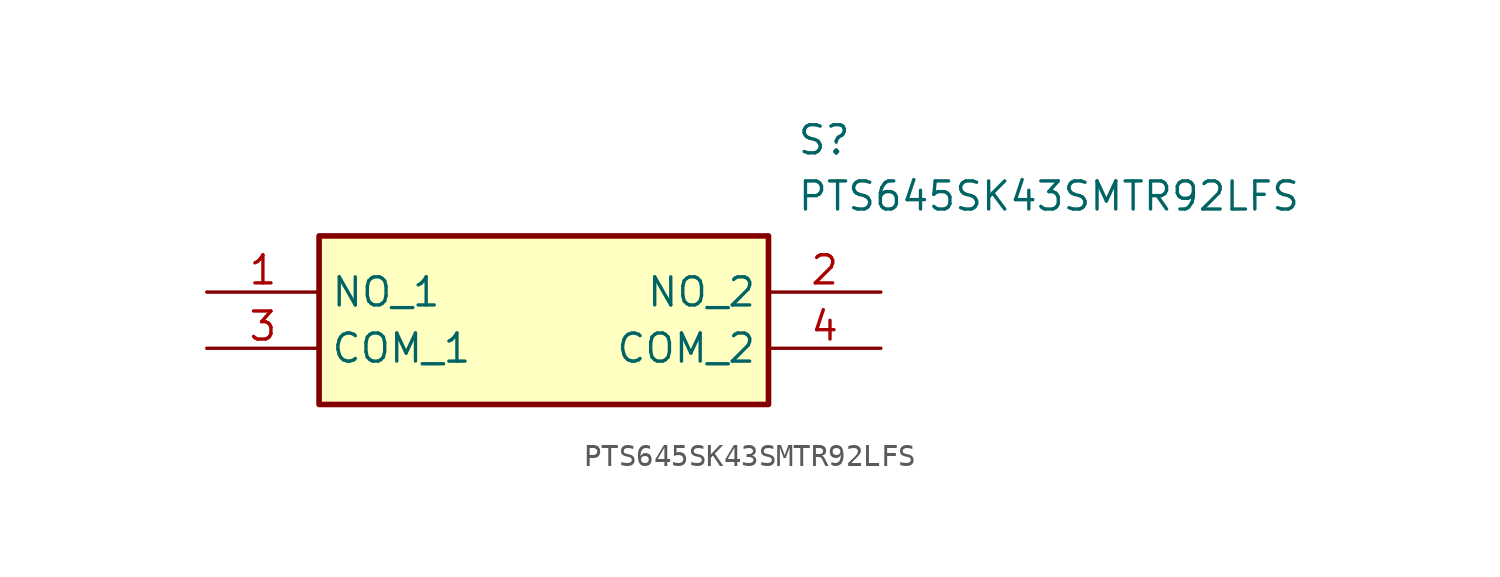
<source format=kicad_sym>
(kicad_symbol_lib
  (version 20231120)
  (generator "kicad_symbol_editor")
  (generator_version "8.0")
  (symbol "PTS645SK43SMTR92LFS"
    (property "Reference" "S"
      (at 26.67 7.62 0)
      (effects (font (size 1.27 1.27)) (justify left top)))
    (property "Value" "PTS645SK43SMTR92LFS"
      (at 26.67 5.08 0)
      (effects (font (size 1.27 1.27)) (justify left top)))
    (symbol "PTS645SK43SMTR92LFS_1_1"
      (rectangle (start 5.08 2.54) (end 25.4 -5.08) (stroke (width 0.254) (type default)) (fill (type background)))
      (pin passive line (at 0 0 0) (length 5.08) (name "NO_1" (effects (font (size 1.27 1.27)))) (number "1" (effects (font (size 1.27 1.27)))))
      (pin passive line (at 30.48 0 180) (length 5.08) (name "NO_2" (effects (font (size 1.27 1.27)))) (number "2" (effects (font (size 1.27 1.27)))))
      (pin passive line (at 0 -2.54 0) (length 5.08) (name "COM_1" (effects (font (size 1.27 1.27)))) (number "3" (effects (font (size 1.27 1.27)))))
      (pin passive line (at 30.48 -2.54 180) (length 5.08) (name "COM_2" (effects (font (size 1.27 1.27)))) (number "4" (effects (font (size 1.27 1.27))))))))
</source>
